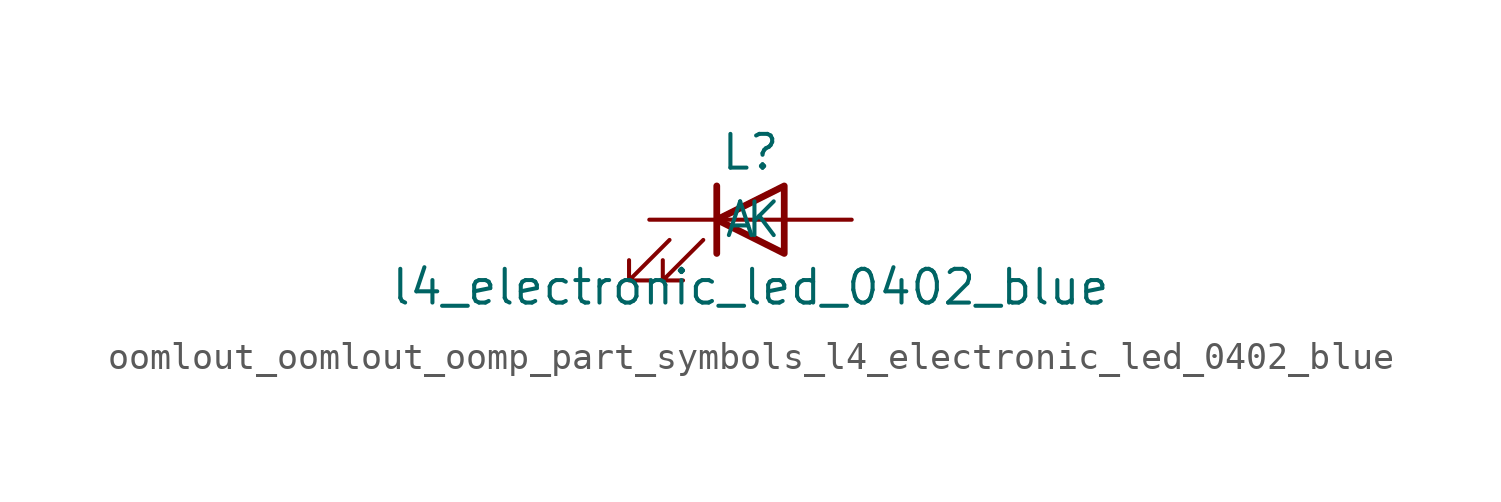
<source format=kicad_sym>
(kicad_symbol_lib
  (version 20220914)
  (generator kicad_symbol_editor)
  (symbol "oomlout_oomlout_oomp_part_symbols_l4_electronic_led_0402_blue"
    (pin_numbers hide)
    (pin_names
      (offset 1.016))
    (property "Reference" "L"
      (at 0 2.54 0)
      (effects (font (size 1.27 1.27))))
    (property "Value" "l4_electronic_led_0402_blue"
      (at 0 -2.54 0)
      (effects (font (size 1.27 1.27))))
    (symbol "oomlout_oomlout_oomp_part_symbols_l4_electronic_led_0402_blue_0_1"
      (polyline (pts (xy -1.27 -1.27) (xy -1.27 1.27)) (stroke (width 0.254) (type default)) (fill (type none)))
      (polyline (pts (xy -1.27 0) (xy 1.27 0)) (stroke (width 0) (type default)) (fill (type none)))
      (polyline (pts (xy 1.27 -1.27) (xy 1.27 1.27) (xy -1.27 0) (xy 1.27 -1.27)) (stroke (width 0.254) (type default)) (fill (type none)))
      (polyline (pts (xy -3.048 -0.762) (xy -4.572 -2.286) (xy -3.81 -2.286) (xy -4.572 -2.286) (xy -4.572 -1.524)) (stroke (width 0) (type default)) (fill (type none)))
      (polyline (pts (xy -1.778 -0.762) (xy -3.302 -2.286) (xy -2.54 -2.286) (xy -3.302 -2.286) (xy -3.302 -1.524)) (stroke (width 0) (type default)) (fill (type none))))
    (symbol "oomlout_oomlout_oomp_part_symbols_l4_electronic_led_0402_blue_1_1"
      (pin passive line (at -3.81 0 0) (length 2.54) (name "K" (effects (font (size 1.27 1.27)))) (number "1" (effects (font (size 1.27 1.27)))))
      (pin passive line (at 3.81 0 180) (length 2.54) (name "A" (effects (font (size 1.27 1.27)))) (number "2" (effects (font (size 1.27 1.27))))))))
</source>
